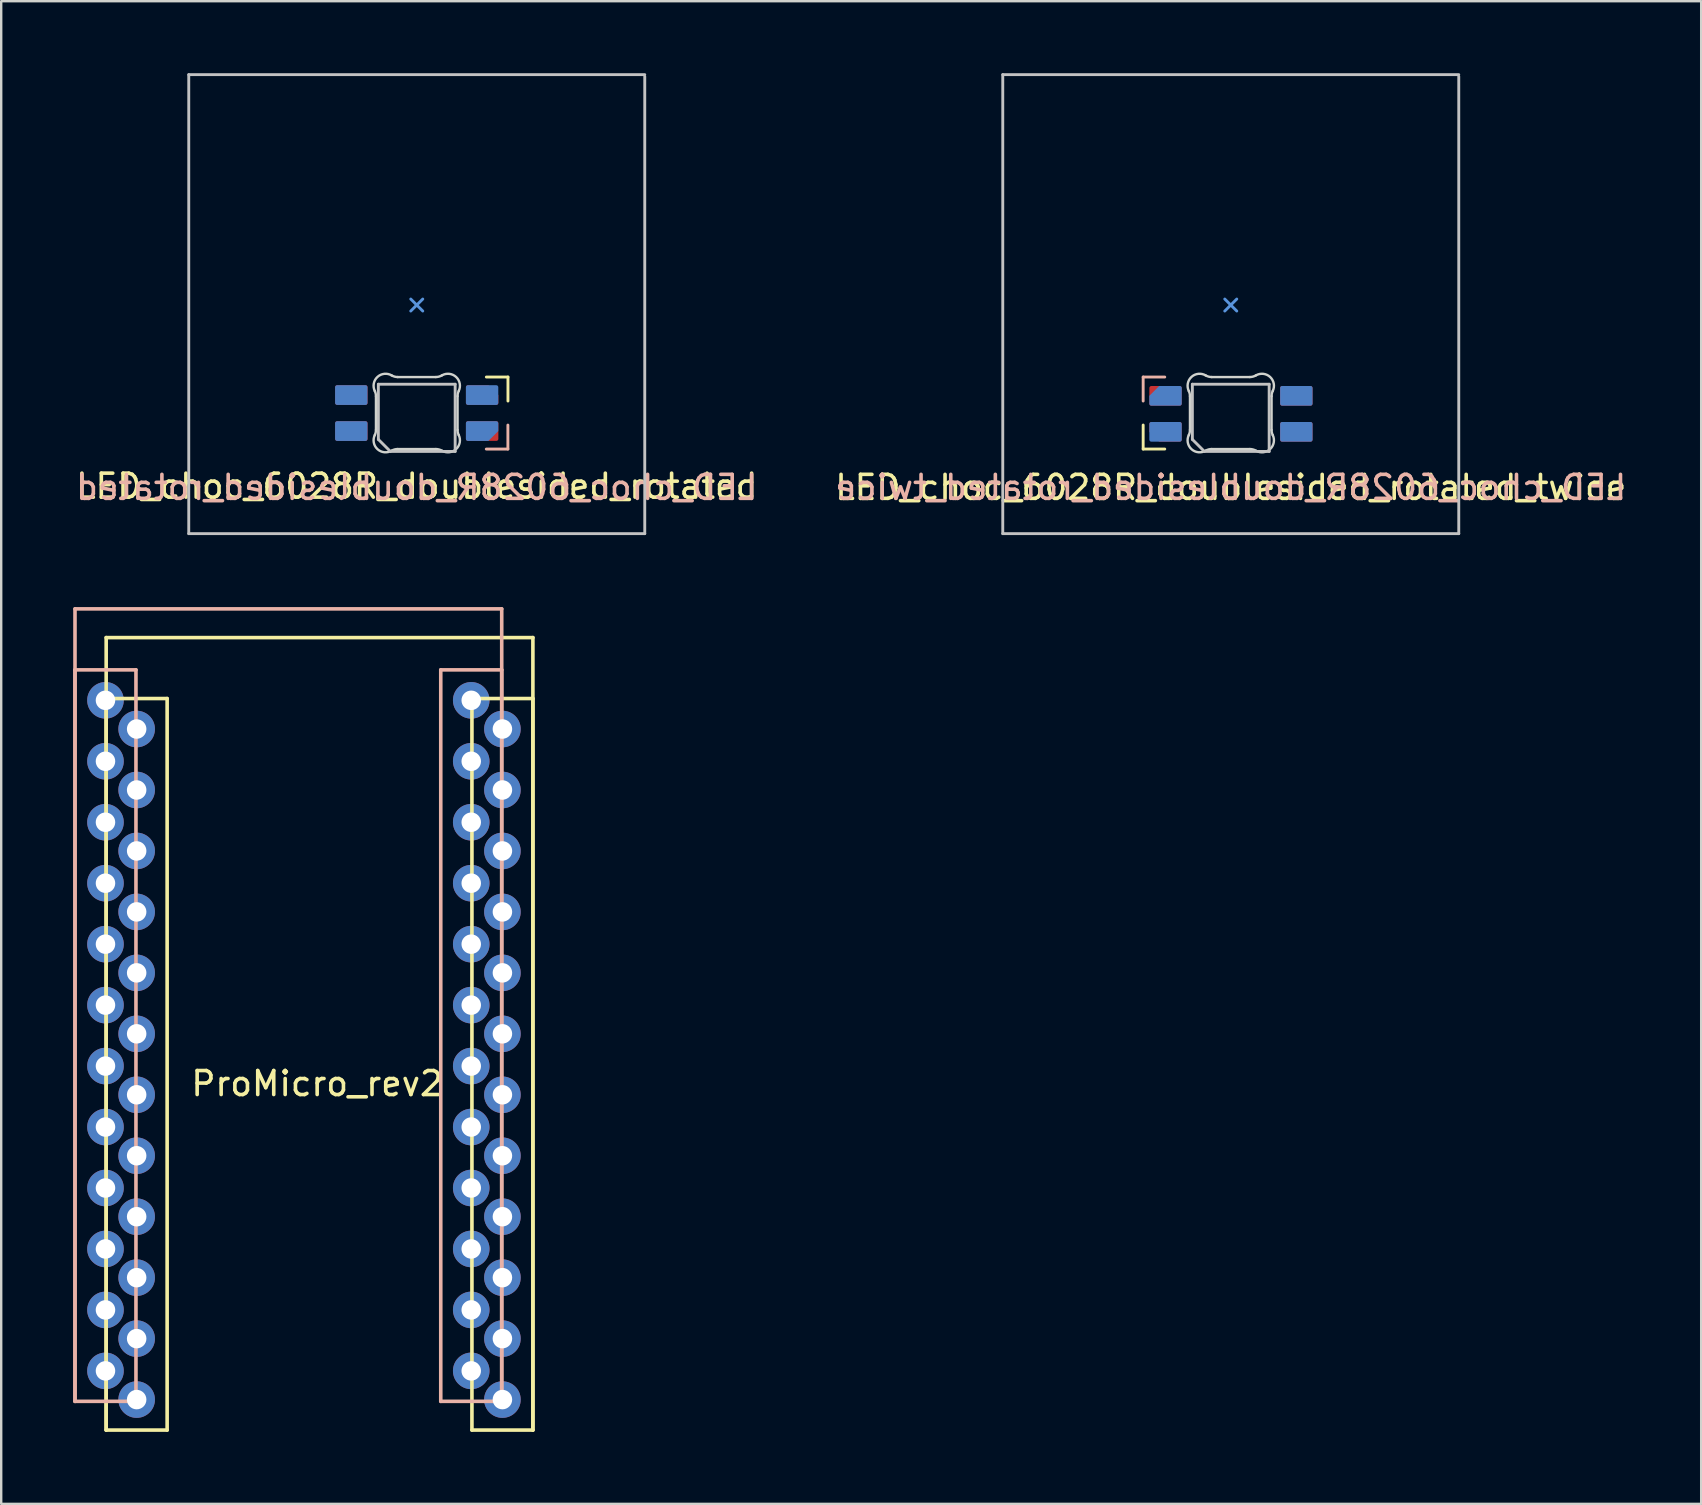
<source format=kicad_pcb>
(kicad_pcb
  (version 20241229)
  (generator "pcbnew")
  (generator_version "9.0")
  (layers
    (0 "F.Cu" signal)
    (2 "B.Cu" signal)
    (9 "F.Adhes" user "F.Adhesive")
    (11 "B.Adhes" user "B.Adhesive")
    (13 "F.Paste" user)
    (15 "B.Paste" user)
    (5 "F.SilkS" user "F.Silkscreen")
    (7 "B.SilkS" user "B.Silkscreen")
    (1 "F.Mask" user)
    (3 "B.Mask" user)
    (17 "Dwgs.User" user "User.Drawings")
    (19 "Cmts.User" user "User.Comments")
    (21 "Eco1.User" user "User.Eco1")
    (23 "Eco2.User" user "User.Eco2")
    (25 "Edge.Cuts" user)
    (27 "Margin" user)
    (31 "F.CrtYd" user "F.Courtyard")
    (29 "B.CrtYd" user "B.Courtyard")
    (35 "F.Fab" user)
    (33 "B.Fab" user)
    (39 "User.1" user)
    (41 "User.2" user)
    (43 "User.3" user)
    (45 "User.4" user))
  (footprint "LED_choc_6028R_doublesided_rotated_twice"
    (layer "F.Cu")
    (at 48.232 9.66)
    (property "Reference" "LED_choc_6028R_doublesided_rotated_twice" (at 0 7.6 0) (layer "F.SilkS") (effects (font (size 1 1) (thickness 0.15))))
    (attr smd)
    (fp_line (start -3.65 5) (end -3.65 6) (stroke (width 0.12) (type solid)) (layer "F.SilkS"))
    (fp_line (start -3.65 6) (end -2.75 6) (stroke (width 0.12) (type solid)) (layer "F.SilkS"))
    (fp_line (start -3.65 3) (end -2.75 3) (stroke (width 0.12) (type solid)) (layer "B.SilkS"))
    (fp_line (start -3.65 4) (end -3.65 3) (stroke (width 0.12) (type solid)) (layer "B.SilkS"))
    (fp_line (start -9.5 -9.6) (end -9.5 9.525) (stroke (width 0.12) (type solid)) (layer "Dwgs.User"))
    (fp_line (start -9.5 9.525) (end 9.5 9.525) (stroke (width 0.12) (type solid)) (layer "Dwgs.User"))
    (fp_line (start -1.6 3.3) (end 1.6 3.3) (stroke (width 0.12) (type solid)) (layer "Dwgs.User"))
    (fp_line (start -1.6 5.6) (end -1.6 3.3) (stroke (width 0.12) (type solid)) (layer "Dwgs.User"))
    (fp_line (start -1.6 5.6) (end -1.1 6.1) (stroke (width 0.12) (type solid)) (layer "Dwgs.User"))
    (fp_line (start 1.6 3.3) (end 1.6 6.1) (stroke (width 0.12) (type solid)) (layer "Dwgs.User"))
    (fp_line (start 1.6 6.1) (end -1.1 6.1) (stroke (width 0.12) (type solid)) (layer "Dwgs.User"))
    (fp_line (start 9.5 -9.6) (end -9.5 -9.6) (stroke (width 0.12) (type solid)) (layer "Dwgs.User"))
    (fp_line (start 9.5 9.525) (end 9.5 -9.525) (stroke (width 0.12) (type solid)) (layer "Dwgs.User"))
    (fp_line (start -0.25 0.25) (end 0 0) (stroke (width 0.12) (type solid)) (layer "Cmts.User"))
    (fp_line (start 0 0) (end -0.25 -0.25) (stroke (width 0.12) (type solid)) (layer "Cmts.User"))
    (fp_line (start 0 0) (end 0.25 -0.25) (stroke (width 0.12) (type solid)) (layer "Cmts.User"))
    (fp_line (start 0.25 0.25) (end 0 0) (stroke (width 0.12) (type solid)) (layer "Cmts.User"))
    (fp_line (start -1.7 3.797) (end -1.7 5.203) (stroke (width 0.1) (type solid)) (layer "Edge.Cuts"))
    (fp_line (start -0.794 6) (end 0.794 6) (stroke (width 0.1) (type solid)) (layer "Edge.Cuts"))
    (fp_line (start 0.794 3) (end -0.794 3) (stroke (width 0.1) (type solid)) (layer "Edge.Cuts"))
    (fp_line (start 1.7 5.203) (end 1.7 3.797) (stroke (width 0.1) (type solid)) (layer "Edge.Cuts"))
    (fp_arc (start -1.749484 3.580281) (mid -1.712519 3.685932) (end -1.699999 3.797158) (stroke (width 0.1) (type solid)) (layer "Edge.Cuts"))
    (fp_arc (start -1.749484 3.580281) (mid -1.63807 2.995967) (end -1.046711 2.931704) (stroke (width 0.1) (type solid)) (layer "Edge.Cuts"))
    (fp_arc (start -1.699999 5.202843) (mid -1.712528 5.314069) (end -1.749484 5.419721) (stroke (width 0.1) (type solid)) (layer "Edge.Cuts"))
    (fp_arc (start -1.046711 6.0683) (mid -1.638072 6.004036) (end -1.749484 5.419721) (stroke (width 0.1) (type solid)) (layer "Edge.Cuts"))
    (fp_arc (start -1.046711 6.0683) (mid -0.925123 6.017378) (end -0.794453 6.000001) (stroke (width 0.1) (type solid)) (layer "Edge.Cuts"))
    (fp_arc (start -0.794452 3.000001) (mid -0.925122 2.982624) (end -1.04671 2.931702) (stroke (width 0.1) (type solid)) (layer "Edge.Cuts"))
    (fp_arc (start 0.794453 6) (mid 0.925123 6.017377) (end 1.046711 6.068299) (stroke (width 0.1) (type solid)) (layer "Edge.Cuts"))
    (fp_arc (start 1.046711 2.931702) (mid 0.925123 2.982624) (end 0.794452 3.000001) (stroke (width 0.1) (type solid)) (layer "Edge.Cuts"))
    (fp_arc (start 1.046711 2.931702) (mid 1.638072 2.995966) (end 1.749484 3.580282) (stroke (width 0.1) (type solid)) (layer "Edge.Cuts"))
    (fp_arc (start 1.699999 3.797159) (mid 1.712529 3.685933) (end 1.749484 3.580281) (stroke (width 0.1) (type solid)) (layer "Edge.Cuts"))
    (fp_arc (start 1.749484 5.419721) (mid 1.638071 6.004035) (end 1.046711 6.068299) (stroke (width 0.1) (type solid)) (layer "Edge.Cuts"))
    (fp_arc (start 1.749484 5.419721) (mid 1.71251 5.314073) (end 1.699999 5.202844) (stroke (width 0.1) (type solid)) (layer "Edge.Cuts"))
    (fp_text user "${REFERENCE}" (at 0 7.6 0) (layer "B.SilkS") (effects (font (size 1 1) (thickness 0.15)) (justify mirror)))
    (pad "1" smd roundrect (at 2.732 5.283 90) (size 0.82 1.35) (layers "B.Cu" "B.Mask" "B.Paste") (roundrect_rratio 0.1))
    (pad "1" smd roundrect (at 2.732 3.784 90) (size 0.82 1.35) (layers "F.Cu" "F.Mask" "F.Paste") (roundrect_rratio 0.1))
    (pad "2" smd roundrect (at 2.732 3.783 90) (size 0.82 1.35) (layers "B.Cu" "B.Mask" "B.Paste") (roundrect_rratio 0.1))
    (pad "2" smd roundrect (at 2.732 5.284 90) (size 0.82 1.35) (layers "F.Cu" "F.Mask" "F.Paste") (roundrect_rratio 0.1))
    (pad "3" smd roundrect (at -2.718 5.283 90) (size 0.82 1.35) (layers "B.Cu" "B.Mask" "B.Paste") (roundrect_rratio 0.1))
    (pad "3" smd roundrect (at -2.718 3.784 90) (size 0.82 1.35) (layers "F.Cu" "F.Mask" "F.Paste") (roundrect_rratio 0.1))
    (pad "4" smd roundrect (at -2.718 3.783 90) (size 0.82 1.35) (layers "B.Cu" "B.Mask" "B.Paste") (roundrect_rratio 0.1) (chamfer_ratio 0.5) (chamfer top_right))
    (pad "4" smd roundrect (at -2.718 5.284 90) (size 0.82 1.35) (layers "F.Cu" "F.Mask" "F.Paste") (roundrect_rratio 0.1) (chamfer_ratio 0.5) (chamfer top_left)))
  (footprint "ProMicro_rev2"
    (layer "F.Cu")
    (at 10.165 40.9)
    (property "Reference" "ProMicro_rev2" (at 0 1.2 0) (layer "F.SilkS") (effects (font (size 1 1) (thickness 0.15))))
    (attr through_hole)
    (fp_line (start -8.791 -17.384) (end -8.791 15.636) (stroke (width 0.15) (type solid)) (layer "F.SilkS"))
    (fp_line (start -8.791 -14.844) (end -8.791 15.636) (stroke (width 0.15) (type solid)) (layer "F.SilkS"))
    (fp_line (start -8.791 15.636) (end -6.251 15.636) (stroke (width 0.15) (type solid)) (layer "F.SilkS"))
    (fp_line (start -6.251 -14.844) (end -8.791 -14.844) (stroke (width 0.15) (type solid)) (layer "F.SilkS"))
    (fp_line (start -6.251 15.636) (end -6.251 -14.844) (stroke (width 0.15) (type solid)) (layer "F.SilkS"))
    (fp_line (start 6.449 -14.844) (end 6.449 15.636) (stroke (width 0.15) (type solid)) (layer "F.SilkS"))
    (fp_line (start 6.449 15.636) (end 8.989 15.636) (stroke (width 0.15) (type solid)) (layer "F.SilkS"))
    (fp_line (start 8.989 -17.384) (end -8.791 -17.384) (stroke (width 0.15) (type solid)) (layer "F.SilkS"))
    (fp_line (start 8.989 -14.844) (end 6.449 -14.844) (stroke (width 0.15) (type solid)) (layer "F.SilkS"))
    (fp_line (start 8.989 15.636) (end 8.989 -17.384) (stroke (width 0.15) (type solid)) (layer "F.SilkS"))
    (fp_line (start 8.989 15.636) (end 8.989 -14.844) (stroke (width 0.15) (type solid)) (layer "F.SilkS"))
    (fp_line (start -10.09 -18.58) (end 7.69 -18.58) (stroke (width 0.15) (type solid)) (layer "B.SilkS"))
    (fp_line (start -10.09 -16.04) (end -7.55 -16.04) (stroke (width 0.15) (type solid)) (layer "B.SilkS"))
    (fp_line (start -10.09 14.44) (end -10.09 -18.58) (stroke (width 0.15) (type solid)) (layer "B.SilkS"))
    (fp_line (start -10.09 14.44) (end -10.09 -16.04) (stroke (width 0.15) (type solid)) (layer "B.SilkS"))
    (fp_line (start -7.55 -16.04) (end -7.55 14.44) (stroke (width 0.15) (type solid)) (layer "B.SilkS"))
    (fp_line (start -7.55 14.44) (end -10.09 14.44) (stroke (width 0.15) (type solid)) (layer "B.SilkS"))
    (fp_line (start 5.15 -16.04) (end 7.69 -16.04) (stroke (width 0.15) (type solid)) (layer "B.SilkS"))
    (fp_line (start 5.15 14.44) (end 5.15 -16.04) (stroke (width 0.15) (type solid)) (layer "B.SilkS"))
    (fp_line (start 7.69 -18.58) (end 7.69 14.44) (stroke (width 0.15) (type solid)) (layer "B.SilkS"))
    (fp_line (start 7.69 -16.04) (end 7.69 14.44) (stroke (width 0.15) (type solid)) (layer "B.SilkS"))
    (fp_line (start 7.69 14.44) (end 5.15 14.44) (stroke (width 0.15) (type solid)) (layer "B.SilkS"))
    (pad "1" thru_hole circle (at -8.82 -14.77) (size 1.524 1.524) (drill 0.813) (layers "*.Cu" "*.Mask"))
    (pad "1" thru_hole circle (at 7.719 -13.574 180) (size 1.524 1.524) (drill 0.813) (layers "*.Cu" "*.Mask"))
    (pad "2" thru_hole circle (at -8.82 -12.23) (size 1.524 1.524) (drill 0.813) (layers "*.Cu" "*.Mask"))
    (pad "2" thru_hole circle (at 7.719 -11.034 180) (size 1.524 1.524) (drill 0.813) (layers "*.Cu" "*.Mask"))
    (pad "3" thru_hole circle (at -8.82 -9.69) (size 1.524 1.524) (drill 0.813) (layers "*.Cu" "*.Mask"))
    (pad "3" thru_hole circle (at 7.719 -8.494 180) (size 1.524 1.524) (drill 0.813) (layers "*.Cu" "*.Mask"))
    (pad "4" thru_hole circle (at -8.82 -7.15) (size 1.524 1.524) (drill 0.813) (layers "*.Cu" "*.Mask"))
    (pad "4" thru_hole circle (at 7.719 -5.954 180) (size 1.524 1.524) (drill 0.813) (layers "*.Cu" "*.Mask"))
    (pad "5" thru_hole circle (at -8.82 -4.61) (size 1.524 1.524) (drill 0.813) (layers "*.Cu" "*.Mask"))
    (pad "5" thru_hole circle (at 7.719 -3.414 180) (size 1.524 1.524) (drill 0.813) (layers "*.Cu" "*.Mask"))
    (pad "6" thru_hole circle (at -8.82 -2.07) (size 1.524 1.524) (drill 0.813) (layers "*.Cu" "*.Mask"))
    (pad "6" thru_hole circle (at 7.719 -0.874 180) (size 1.524 1.524) (drill 0.813) (layers "*.Cu" "*.Mask"))
    (pad "7" thru_hole circle (at -8.82 0.47) (size 1.524 1.524) (drill 0.813) (layers "*.Cu" "*.Mask"))
    (pad "7B" thru_hole circle (at 7.719 1.666 180) (size 1.524 1.524) (drill 0.813) (layers "*.Cu" "*.Mask"))
    (pad "8" thru_hole circle (at -8.82 3.01) (size 1.524 1.524) (drill 0.813) (layers "*.Cu" "*.Mask"))
    (pad "8B" thru_hole circle (at 7.719 4.206 180) (size 1.524 1.524) (drill 0.813) (layers "*.Cu" "*.Mask"))
    (pad "9" thru_hole circle (at -8.82 5.55) (size 1.524 1.524) (drill 0.813) (layers "*.Cu" "*.Mask"))
    (pad "9" thru_hole circle (at 7.719 6.746 180) (size 1.524 1.524) (drill 0.813) (layers "*.Cu" "*.Mask"))
    (pad "10" thru_hole circle (at -8.82 8.09) (size 1.524 1.524) (drill 0.813) (layers "*.Cu" "*.Mask"))
    (pad "10" thru_hole circle (at 7.719 9.286 180) (size 1.524 1.524) (drill 0.813) (layers "*.Cu" "*.Mask"))
    (pad "11" thru_hole circle (at -8.82 10.63) (size 1.524 1.524) (drill 0.813) (layers "*.Cu" "*.Mask"))
    (pad "11" thru_hole circle (at 7.719 11.826 180) (size 1.524 1.524) (drill 0.813) (layers "*.Cu" "*.Mask"))
    (pad "12" thru_hole circle (at -8.82 13.17) (size 1.524 1.524) (drill 0.813) (layers "*.Cu" "*.Mask"))
    (pad "12" thru_hole circle (at 7.719 14.366 180) (size 1.524 1.524) (drill 0.813) (layers "*.Cu" "*.Mask"))
    (pad "13" thru_hole circle (at -7.521 14.366 180) (size 1.524 1.524) (drill 0.813) (layers "*.Cu" "*.Mask"))
    (pad "13" thru_hole circle (at 6.42 13.17) (size 1.524 1.524) (drill 0.813) (layers "*.Cu" "*.Mask"))
    (pad "14" thru_hole circle (at -7.521 11.826 180) (size 1.524 1.524) (drill 0.813) (layers "*.Cu" "*.Mask"))
    (pad "14" thru_hole circle (at 6.42 10.63) (size 1.524 1.524) (drill 0.813) (layers "*.Cu" "*.Mask"))
    (pad "15" thru_hole circle (at -7.521 9.286 180) (size 1.524 1.524) (drill 0.813) (layers "*.Cu" "*.Mask"))
    (pad "15" thru_hole circle (at 6.42 8.09) (size 1.524 1.524) (drill 0.813) (layers "*.Cu" "*.Mask"))
    (pad "16" thru_hole circle (at -7.521 6.746 180) (size 1.524 1.524) (drill 0.813) (layers "*.Cu" "*.Mask"))
    (pad "16" thru_hole circle (at 6.42 5.55) (size 1.524 1.524) (drill 0.813) (layers "*.Cu" "*.Mask"))
    (pad "17" thru_hole circle (at -7.521 4.206 180) (size 1.524 1.524) (drill 0.813) (layers "*.Cu" "*.Mask"))
    (pad "17" thru_hole circle (at 6.42 3.01) (size 1.524 1.524) (drill 0.813) (layers "*.Cu" "*.Mask"))
    (pad "18" thru_hole circle (at -7.521 1.666 180) (size 1.524 1.524) (drill 0.813) (layers "*.Cu" "*.Mask"))
    (pad "18" thru_hole circle (at 6.42 0.47) (size 1.524 1.524) (drill 0.813) (layers "*.Cu" "*.Mask"))
    (pad "19" thru_hole circle (at 6.42 -2.07) (size 1.524 1.524) (drill 0.813) (layers "*.Cu" "*.Mask"))
    (pad "19B" thru_hole circle (at -7.521 -0.874 180) (size 1.524 1.524) (drill 0.813) (layers "*.Cu" "*.Mask"))
    (pad "20" thru_hole circle (at 6.42 -4.61) (size 1.524 1.524) (drill 0.813) (layers "*.Cu" "*.Mask"))
    (pad "20B" thru_hole circle (at -7.521 -3.414 180) (size 1.524 1.524) (drill 0.813) (layers "*.Cu" "*.Mask"))
    (pad "21" thru_hole circle (at -7.521 -5.954 180) (size 1.524 1.524) (drill 0.813) (layers "*.Cu" "*.Mask"))
    (pad "21" thru_hole circle (at 6.42 -7.15) (size 1.524 1.524) (drill 0.813) (layers "*.Cu" "*.Mask"))
    (pad "22" thru_hole circle (at -7.521 -8.494 180) (size 1.524 1.524) (drill 0.813) (layers "*.Cu" "*.Mask"))
    (pad "22" thru_hole circle (at 6.42 -9.69) (size 1.524 1.524) (drill 0.813) (layers "*.Cu" "*.Mask"))
    (pad "23" thru_hole circle (at -7.521 -11.034 180) (size 1.524 1.524) (drill 0.813) (layers "*.Cu" "*.Mask"))
    (pad "23" thru_hole circle (at 6.42 -12.23) (size 1.524 1.524) (drill 0.813) (layers "*.Cu" "*.Mask"))
    (pad "24" thru_hole circle (at 6.42 -14.77) (size 1.524 1.524) (drill 0.813) (layers "*.Cu" "*.Mask"))
    (pad "24B" thru_hole circle (at -7.521 -13.574 180) (size 1.524 1.524) (drill 0.813) (layers "*.Cu" "*.Mask")))
  (footprint "LED_choc_6028R_doublesided_rotated"
    (layer "F.Cu")
    (at 14.315 9.66)
    (property "Reference" "LED_choc_6028R_doublesided_rotated" (at 0 7.55 0) (layer "F.SilkS") (effects (font (size 1 1) (thickness 0.15))))
    (attr smd)
    (fp_line (start 3.8 3) (end 2.9 3) (stroke (width 0.12) (type solid)) (layer "F.SilkS"))
    (fp_line (start 3.8 4) (end 3.8 3) (stroke (width 0.12) (type solid)) (layer "F.SilkS"))
    (fp_line (start 3.797 5.001) (end 3.797 6.001) (stroke (width 0.12) (type solid)) (layer "B.SilkS"))
    (fp_line (start 3.797 6.001) (end 2.897 6.001) (stroke (width 0.12) (type solid)) (layer "B.SilkS"))
    (fp_line (start -9.5 -9.6) (end -9.5 9.525) (stroke (width 0.12) (type solid)) (layer "Dwgs.User"))
    (fp_line (start -9.5 9.525) (end 9.5 9.525) (stroke (width 0.12) (type solid)) (layer "Dwgs.User"))
    (fp_line (start -1.6 3.3) (end 1.6 3.3) (stroke (width 0.12) (type solid)) (layer "Dwgs.User"))
    (fp_line (start -1.6 5.6) (end -1.6 3.3) (stroke (width 0.12) (type solid)) (layer "Dwgs.User"))
    (fp_line (start -1.6 5.6) (end -1.1 6.1) (stroke (width 0.12) (type solid)) (layer "Dwgs.User"))
    (fp_line (start 1.6 3.3) (end 1.6 6.1) (stroke (width 0.12) (type solid)) (layer "Dwgs.User"))
    (fp_line (start 1.6 6.1) (end -1.1 6.1) (stroke (width 0.12) (type solid)) (layer "Dwgs.User"))
    (fp_line (start 9.5 -9.6) (end -9.5 -9.6) (stroke (width 0.12) (type solid)) (layer "Dwgs.User"))
    (fp_line (start 9.5 9.525) (end 9.5 -9.525) (stroke (width 0.12) (type solid)) (layer "Dwgs.User"))
    (fp_line (start -0.25 0.25) (end 0 0) (stroke (width 0.12) (type solid)) (layer "Cmts.User"))
    (fp_line (start 0 0) (end -0.25 -0.25) (stroke (width 0.12) (type solid)) (layer "Cmts.User"))
    (fp_line (start 0 0) (end 0.25 -0.25) (stroke (width 0.12) (type solid)) (layer "Cmts.User"))
    (fp_line (start 0.25 0.25) (end 0 0) (stroke (width 0.12) (type solid)) (layer "Cmts.User"))
    (fp_line (start -1.7 3.797) (end -1.7 5.203) (stroke (width 0.1) (type solid)) (layer "Edge.Cuts"))
    (fp_line (start -0.794 6) (end 0.794 6) (stroke (width 0.1) (type solid)) (layer "Edge.Cuts"))
    (fp_line (start 0.794 3) (end -0.794 3) (stroke (width 0.1) (type solid)) (layer "Edge.Cuts"))
    (fp_line (start 1.7 5.203) (end 1.7 3.797) (stroke (width 0.1) (type solid)) (layer "Edge.Cuts"))
    (fp_arc (start -1.749484 3.580281) (mid -1.712519 3.685932) (end -1.699999 3.797158) (stroke (width 0.1) (type solid)) (layer "Edge.Cuts"))
    (fp_arc (start -1.749484 3.580281) (mid -1.63807 2.995967) (end -1.046711 2.931704) (stroke (width 0.1) (type solid)) (layer "Edge.Cuts"))
    (fp_arc (start -1.699999 5.202843) (mid -1.712528 5.314069) (end -1.749484 5.419721) (stroke (width 0.1) (type solid)) (layer "Edge.Cuts"))
    (fp_arc (start -1.046711 6.0683) (mid -1.638072 6.004036) (end -1.749484 5.419721) (stroke (width 0.1) (type solid)) (layer "Edge.Cuts"))
    (fp_arc (start -1.046711 6.0683) (mid -0.925123 6.017378) (end -0.794453 6.000001) (stroke (width 0.1) (type solid)) (layer "Edge.Cuts"))
    (fp_arc (start -0.794452 3.000001) (mid -0.925122 2.982624) (end -1.04671 2.931702) (stroke (width 0.1) (type solid)) (layer "Edge.Cuts"))
    (fp_arc (start 0.794453 6) (mid 0.925123 6.017377) (end 1.046711 6.068299) (stroke (width 0.1) (type solid)) (layer "Edge.Cuts"))
    (fp_arc (start 1.046711 2.931702) (mid 0.925123 2.982624) (end 0.794452 3.000001) (stroke (width 0.1) (type solid)) (layer "Edge.Cuts"))
    (fp_arc (start 1.046711 2.931702) (mid 1.638072 2.995966) (end 1.749484 3.580282) (stroke (width 0.1) (type solid)) (layer "Edge.Cuts"))
    (fp_arc (start 1.699999 3.797159) (mid 1.712529 3.685933) (end 1.749484 3.580281) (stroke (width 0.1) (type solid)) (layer "Edge.Cuts"))
    (fp_arc (start 1.749484 5.419721) (mid 1.638071 6.004035) (end 1.046711 6.068299) (stroke (width 0.1) (type solid)) (layer "Edge.Cuts"))
    (fp_arc (start 1.749484 5.419721) (mid 1.71251 5.314073) (end 1.699999 5.202844) (stroke (width 0.1) (type solid)) (layer "Edge.Cuts"))
    (fp_text user "${REFERENCE}" (at 0 7.6 0) (layer "B.SilkS") (effects (font (size 1 1) (thickness 0.15)) (justify mirror)))
    (pad "1" smd roundrect (at -2.728 3.751 270) (size 0.82 1.35) (layers "B.Cu" "B.Mask" "B.Paste") (roundrect_rratio 0.1))
    (pad "1" smd roundrect (at -2.725 5.25 270) (size 0.82 1.35) (layers "F.Cu" "F.Mask" "F.Paste") (roundrect_rratio 0.1))
    (pad "2" smd roundrect (at -2.728 5.251 270) (size 0.82 1.35) (layers "B.Cu" "B.Mask" "B.Paste") (roundrect_rratio 0.1))
    (pad "2" smd roundrect (at -2.725 3.75 270) (size 0.82 1.35) (layers "F.Cu" "F.Mask" "F.Paste") (roundrect_rratio 0.1))
    (pad "3" smd roundrect (at 2.722 3.751 270) (size 0.82 1.35) (layers "B.Cu" "B.Mask" "B.Paste") (roundrect_rratio 0.1))
    (pad "3" smd roundrect (at 2.725 5.25 270) (size 0.82 1.35) (layers "F.Cu" "F.Mask" "F.Paste") (roundrect_rratio 0.1))
    (pad "4" smd roundrect (at 2.722 5.251 270) (size 0.82 1.35) (layers "B.Cu" "B.Mask" "B.Paste") (roundrect_rratio 0.1) (chamfer_ratio 0.5) (chamfer top_right))
    (pad "4" smd roundrect (at 2.725 3.75 270) (size 0.82 1.35) (layers "F.Cu" "F.Mask" "F.Paste") (roundrect_rratio 0.1) (chamfer_ratio 0.5) (chamfer top_left)))
  (gr_rect
    (start -3 -3)
    (end 67.833 59.611)
    (stroke (width 0.1) (type default))
    (fill no)
    (layer "Edge.Cuts")))
</source>
